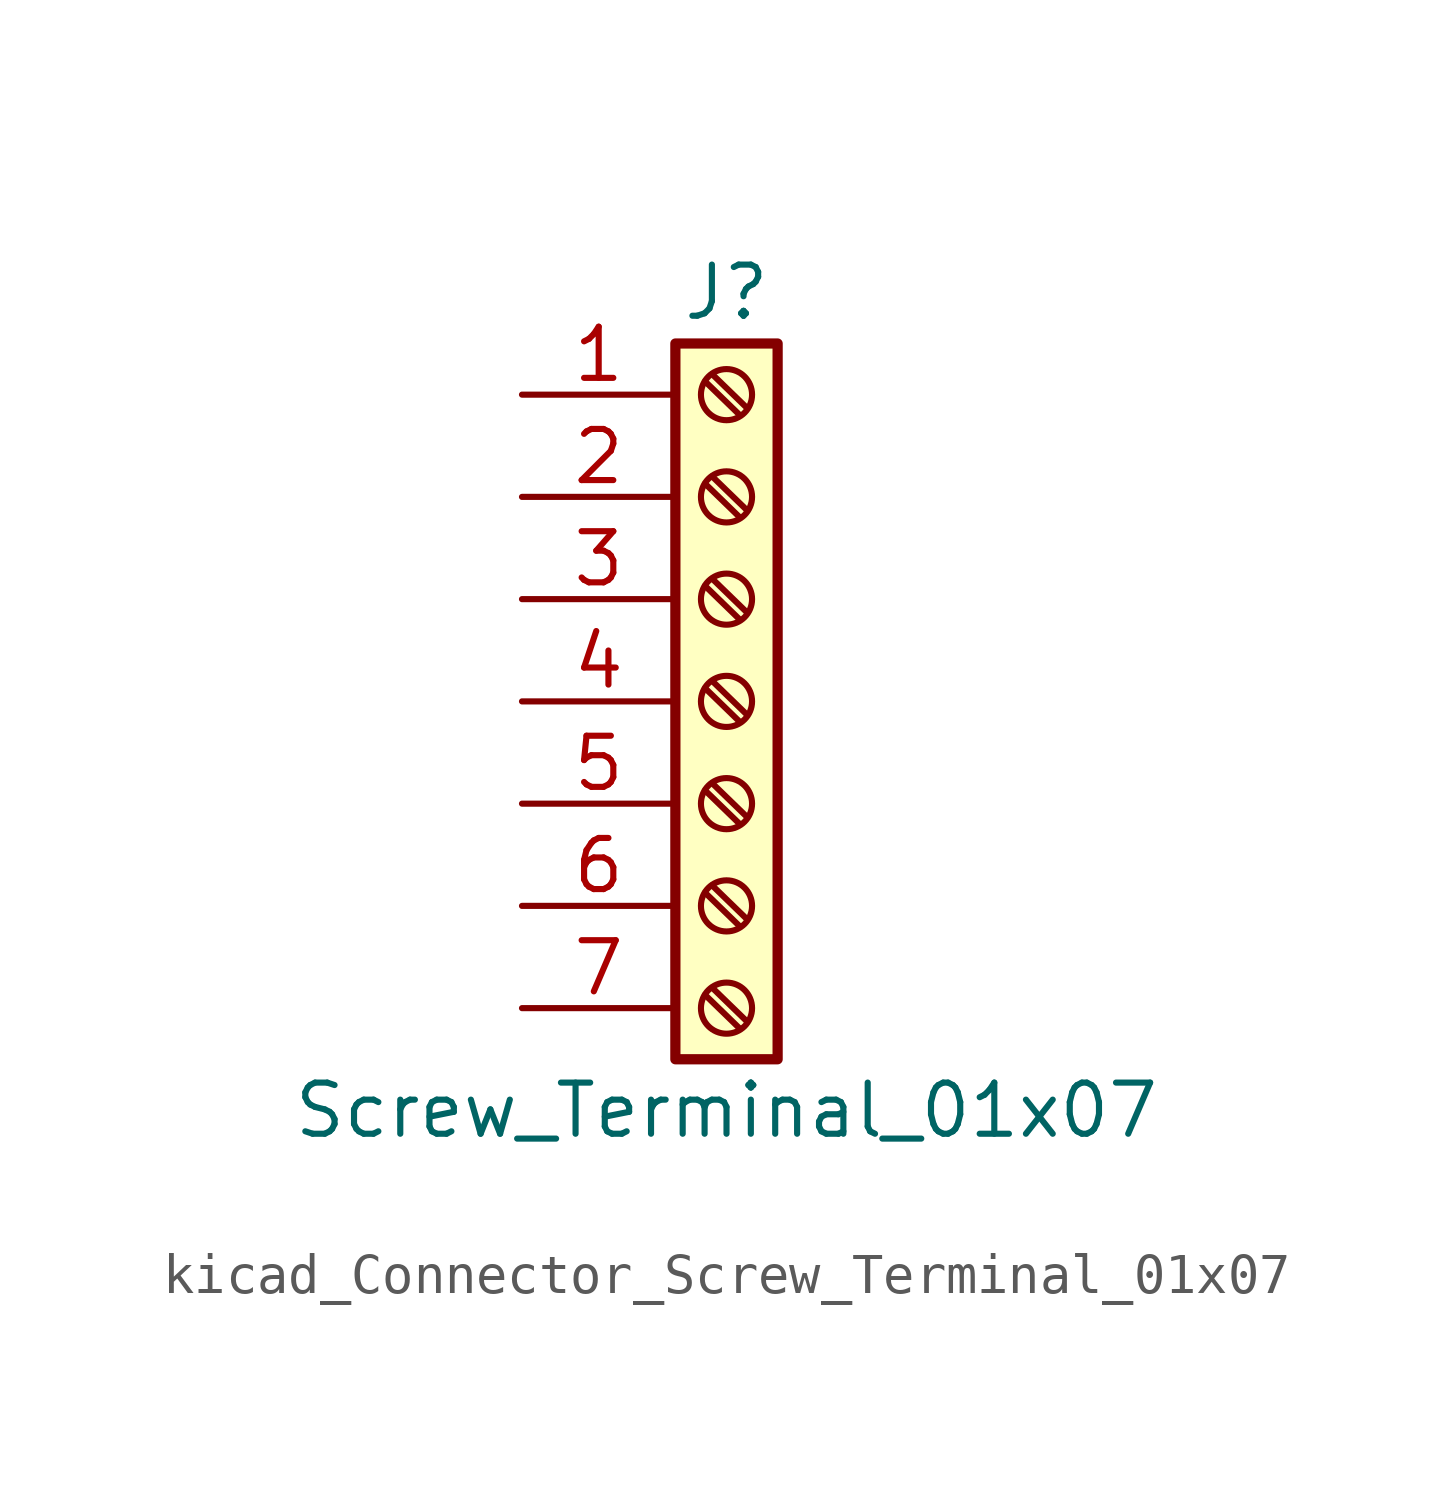
<source format=kicad_sym>
(kicad_symbol_lib
  (version 20220914)
  (generator kicad_symbol_editor)
  (symbol "kicad_Connector_Screw_Terminal_01x07"
    (pin_names
      (offset 1.016) hide)
    (property "Reference" "J"
      (at 0 10.16 0)
      (effects (font (size 1.27 1.27))))
    (property "Value" "Screw_Terminal_01x07"
      (at 0 -10.16 0)
      (effects (font (size 1.27 1.27))))
    (symbol "kicad_Connector_Screw_Terminal_01x07_1_1"
      (rectangle (start -1.27 8.89) (end 1.27 -8.89) (stroke (width 0.254) (type default)) (fill (type background)))
      (circle (center 0 -7.62) (radius 0.635) (stroke (width 0.152) (type default)) (fill (type none)))
      (circle (center 0 -5.08) (radius 0.635) (stroke (width 0.152) (type default)) (fill (type none)))
      (circle (center 0 -2.54) (radius 0.635) (stroke (width 0.152) (type default)) (fill (type none)))
      (polyline (pts (xy -0.533 -7.29) (xy 0.33 -8.128)) (stroke (width 0.152) (type default)) (fill (type none)))
      (polyline (pts (xy -0.533 -4.75) (xy 0.33 -5.588)) (stroke (width 0.152) (type default)) (fill (type none)))
      (polyline (pts (xy -0.533 -2.21) (xy 0.33 -3.048)) (stroke (width 0.152) (type default)) (fill (type none)))
      (polyline (pts (xy -0.533 0.33) (xy 0.33 -0.508)) (stroke (width 0.152) (type default)) (fill (type none)))
      (polyline (pts (xy -0.533 2.87) (xy 0.33 2.032)) (stroke (width 0.152) (type default)) (fill (type none)))
      (polyline (pts (xy -0.533 5.41) (xy 0.33 4.572)) (stroke (width 0.152) (type default)) (fill (type none)))
      (polyline (pts (xy -0.533 7.95) (xy 0.33 7.112)) (stroke (width 0.152) (type default)) (fill (type none)))
      (polyline (pts (xy -0.356 -7.112) (xy 0.508 -7.95)) (stroke (width 0.152) (type default)) (fill (type none)))
      (polyline (pts (xy -0.356 -4.572) (xy 0.508 -5.41)) (stroke (width 0.152) (type default)) (fill (type none)))
      (polyline (pts (xy -0.356 -2.032) (xy 0.508 -2.87)) (stroke (width 0.152) (type default)) (fill (type none)))
      (polyline (pts (xy -0.356 0.508) (xy 0.508 -0.33)) (stroke (width 0.152) (type default)) (fill (type none)))
      (polyline (pts (xy -0.356 3.048) (xy 0.508 2.21)) (stroke (width 0.152) (type default)) (fill (type none)))
      (polyline (pts (xy -0.356 5.588) (xy 0.508 4.75)) (stroke (width 0.152) (type default)) (fill (type none)))
      (polyline (pts (xy -0.356 8.128) (xy 0.508 7.29)) (stroke (width 0.152) (type default)) (fill (type none)))
      (circle (center 0 0) (radius 0.635) (stroke (width 0.152) (type default)) (fill (type none)))
      (circle (center 0 2.54) (radius 0.635) (stroke (width 0.152) (type default)) (fill (type none)))
      (circle (center 0 5.08) (radius 0.635) (stroke (width 0.152) (type default)) (fill (type none)))
      (circle (center 0 7.62) (radius 0.635) (stroke (width 0.152) (type default)) (fill (type none)))
      (pin passive line (at -5.08 7.62 0) (length 3.81) (name "Pin_1" (effects (font (size 1.27 1.27)))) (number "1" (effects (font (size 1.27 1.27)))))
      (pin passive line (at -5.08 5.08 0) (length 3.81) (name "Pin_2" (effects (font (size 1.27 1.27)))) (number "2" (effects (font (size 1.27 1.27)))))
      (pin passive line (at -5.08 2.54 0) (length 3.81) (name "Pin_3" (effects (font (size 1.27 1.27)))) (number "3" (effects (font (size 1.27 1.27)))))
      (pin passive line (at -5.08 0 0) (length 3.81) (name "Pin_4" (effects (font (size 1.27 1.27)))) (number "4" (effects (font (size 1.27 1.27)))))
      (pin passive line (at -5.08 -2.54 0) (length 3.81) (name "Pin_5" (effects (font (size 1.27 1.27)))) (number "5" (effects (font (size 1.27 1.27)))))
      (pin passive line (at -5.08 -5.08 0) (length 3.81) (name "Pin_6" (effects (font (size 1.27 1.27)))) (number "6" (effects (font (size 1.27 1.27)))))
      (pin passive line (at -5.08 -7.62 0) (length 3.81) (name "Pin_7" (effects (font (size 1.27 1.27)))) (number "7" (effects (font (size 1.27 1.27))))))))
</source>
